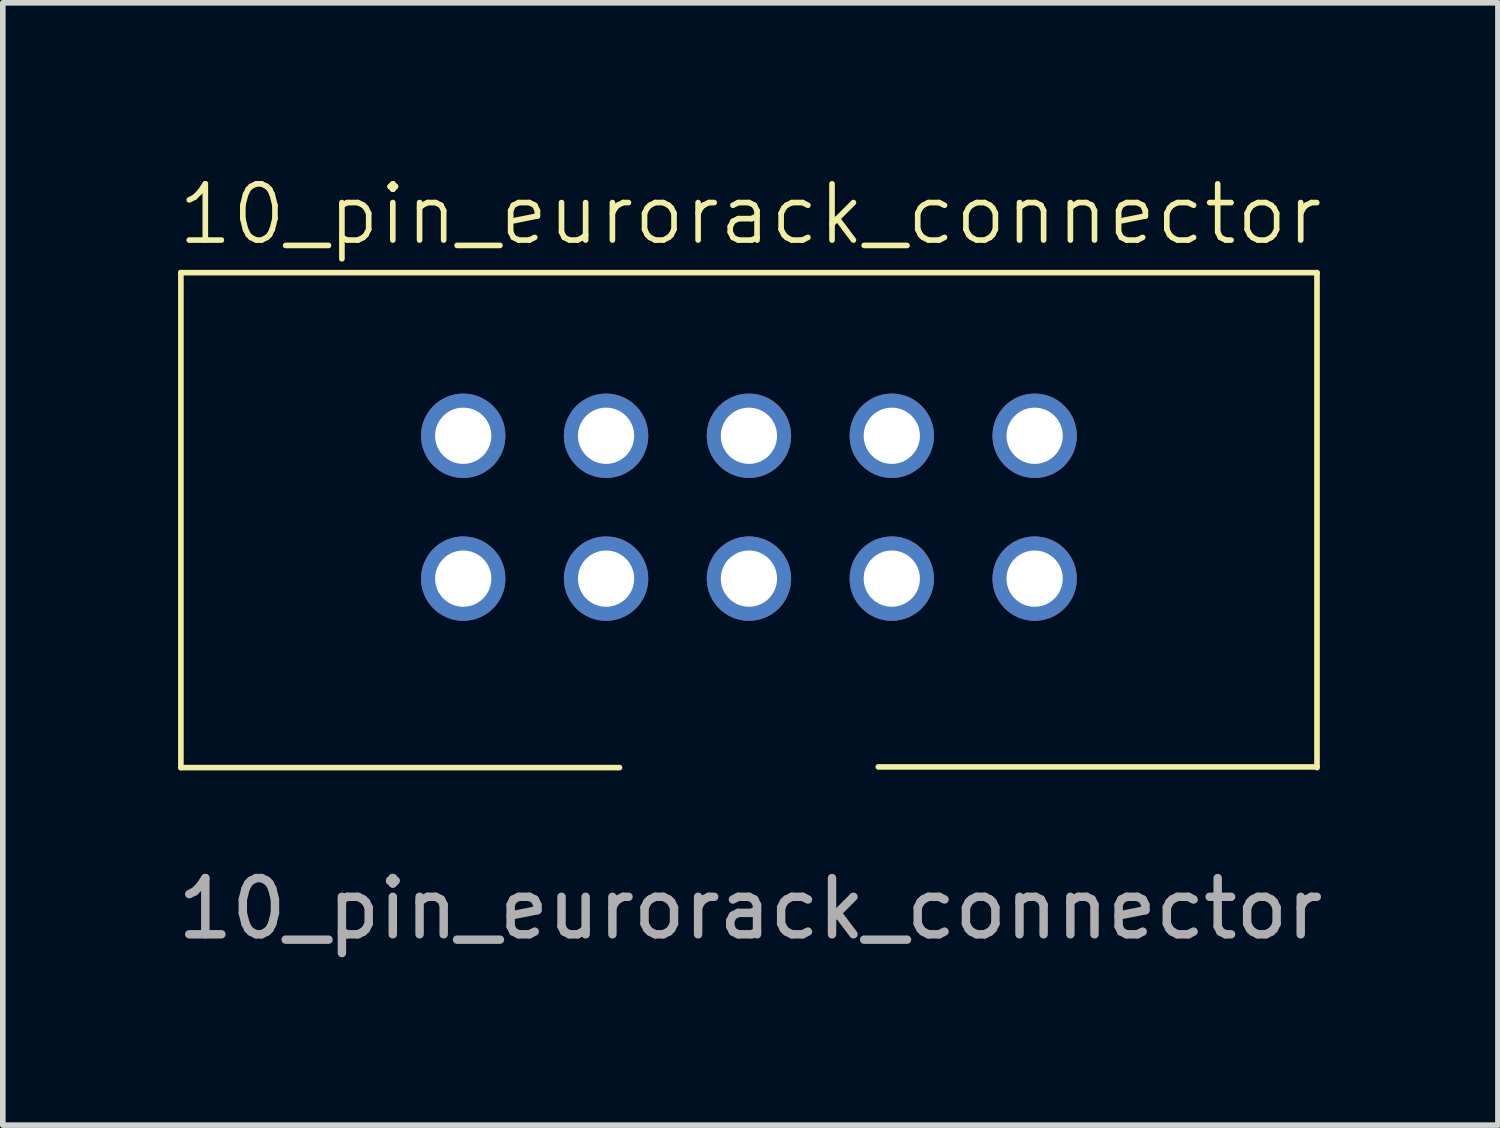
<source format=kicad_pcb>
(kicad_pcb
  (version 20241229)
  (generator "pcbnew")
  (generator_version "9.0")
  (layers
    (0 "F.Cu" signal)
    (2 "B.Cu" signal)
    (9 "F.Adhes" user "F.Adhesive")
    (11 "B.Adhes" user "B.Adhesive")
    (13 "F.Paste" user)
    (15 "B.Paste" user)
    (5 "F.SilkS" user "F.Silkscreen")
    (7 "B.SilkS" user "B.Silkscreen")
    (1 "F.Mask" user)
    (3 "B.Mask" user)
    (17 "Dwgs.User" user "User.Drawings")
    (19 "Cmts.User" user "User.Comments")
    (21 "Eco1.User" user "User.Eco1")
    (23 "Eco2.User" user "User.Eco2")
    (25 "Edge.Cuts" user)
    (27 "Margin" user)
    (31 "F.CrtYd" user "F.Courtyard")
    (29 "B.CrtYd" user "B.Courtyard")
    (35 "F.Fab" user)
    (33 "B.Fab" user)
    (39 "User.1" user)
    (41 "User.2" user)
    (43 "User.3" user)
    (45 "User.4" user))
  (footprint "10_pin_eurorack_connector"
    (layer "F.Cu")
    (at 10.266 5.968)
    (property "Reference" "10_pin_eurorack_connector" (at 0.025 -5.207 0) (unlocked yes) (layer "F.SilkS") (effects (font (size 1 1) (thickness 0.1))))
    (attr through_hole)
    (fp_line (start -10.1 -4.17) (end 10.1 -4.17) (stroke (width 0.1) (type default)) (layer "F.SilkS"))
    (fp_line (start -10.1 4.63) (end -10.1 -4.17) (stroke (width 0.1) (type default)) (layer "F.SilkS"))
    (fp_line (start -2.3 4.63) (end -10.1 4.63) (stroke (width 0.1) (type default)) (layer "F.SilkS"))
    (fp_line (start 10.1 -4.17) (end 10.1 4.63) (stroke (width 0.1) (type default)) (layer "F.SilkS"))
    (fp_line (start 10.1 4.618) (end 2.3 4.618) (stroke (width 0.1) (type default)) (layer "F.SilkS"))
    (fp_text user "${REFERENCE}" (at 0.025 7.139 0) (unlocked yes) (layer "F.Fab") (effects (font (size 1 1) (thickness 0.15))))
    (pad "1" thru_hole circle (at -5.08 1.27) (size 1.5 1.5) (drill 1) (layers "*.Cu" "*.Mask"))
    (pad "2" thru_hole circle (at -5.08 -1.27) (size 1.5 1.5) (drill 1) (layers "*.Cu" "*.Mask"))
    (pad "3" thru_hole circle (at -2.54 1.27) (size 1.5 1.5) (drill 1) (layers "*.Cu" "*.Mask"))
    (pad "4" thru_hole circle (at -2.54 -1.27) (size 1.5 1.5) (drill 1) (layers "*.Cu" "*.Mask"))
    (pad "5" thru_hole circle (at 0 1.27) (size 1.5 1.5) (drill 1) (layers "*.Cu" "*.Mask"))
    (pad "6" thru_hole circle (at 0 -1.27) (size 1.5 1.5) (drill 1) (layers "*.Cu" "*.Mask"))
    (pad "7" thru_hole circle (at 2.54 1.27) (size 1.5 1.5) (drill 1) (layers "*.Cu" "*.Mask"))
    (pad "8" thru_hole circle (at 2.54 -1.27) (size 1.5 1.5) (drill 1) (layers "*.Cu" "*.Mask"))
    (pad "9" thru_hole circle (at 5.08 1.27) (size 1.5 1.5) (drill 1) (layers "*.Cu" "*.Mask"))
    (pad "10" thru_hole circle (at 5.08 -1.27) (size 1.5 1.5) (drill 1) (layers "*.Cu" "*.Mask")))
  (gr_rect
    (start -3 -3)
    (end 23.583 16.955)
    (stroke (width 0.1) (type default))
    (fill no)
    (layer "Edge.Cuts")))
</source>
